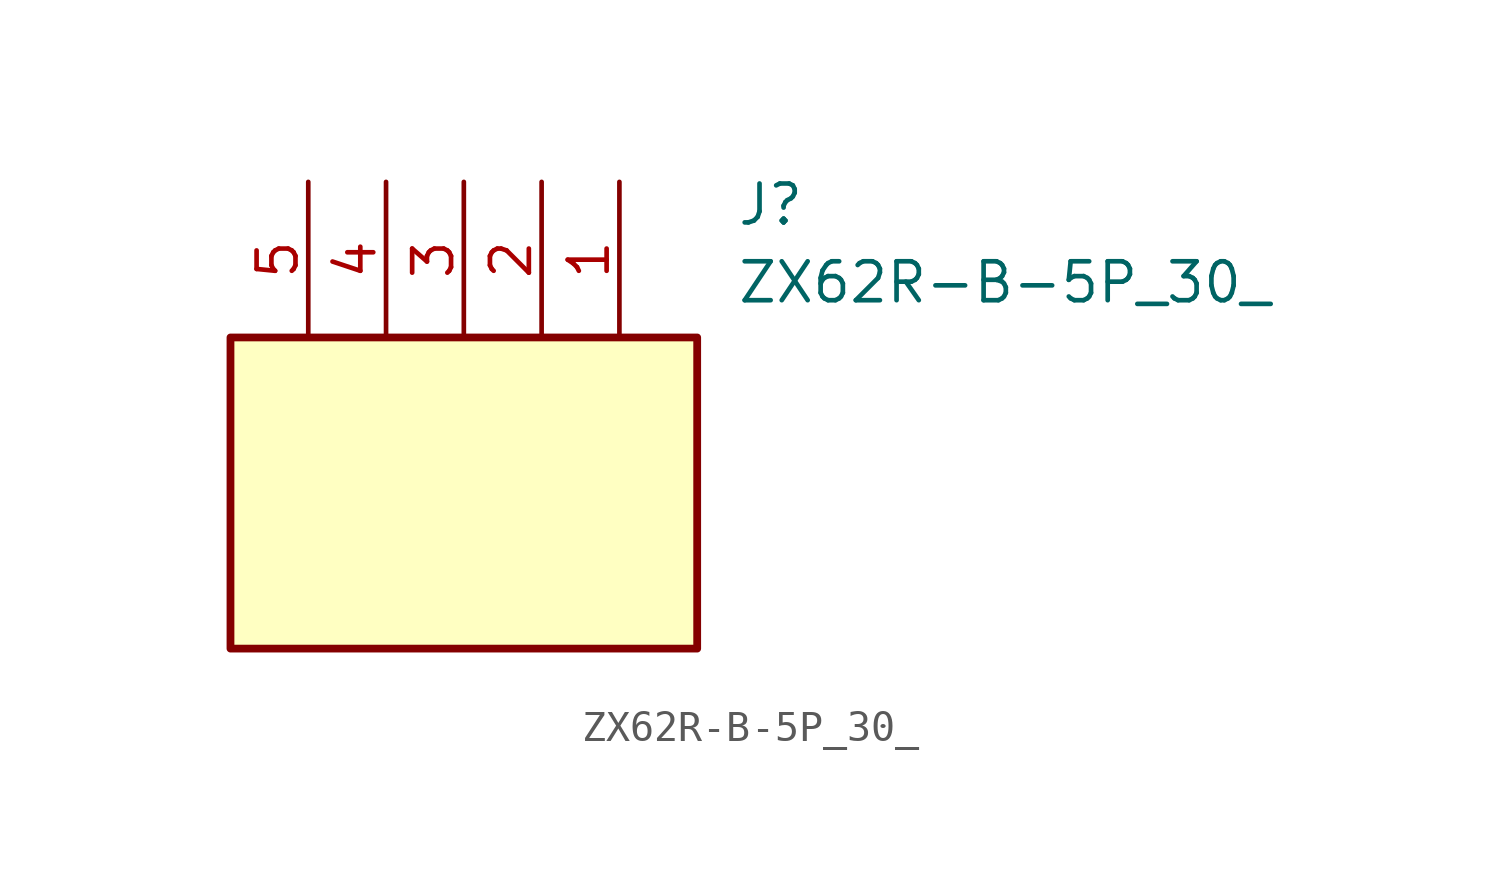
<source format=kicad_sym>
(kicad_symbol_lib
  (version 20211014)
  (generator SamacSys_ECAD_Model)
  (symbol "ZX62R-B-5P_30_"
    (pin_names hide)
    (property "Reference" "J"
      (at 13.97 0 0)
      (effects (font (size 1.27 1.27)) (justify left top)))
    (property "Value" "ZX62R-B-5P_30_"
      (at 13.97 -2.54 0)
      (effects (font (size 1.27 1.27)) (justify left top)))
    (rectangle
      (start -2.54 -5.08)
      (end 12.7 -15.24)
      (stroke (width 0.254) (type default))
      (fill (type background)))
    (pin passive line
      (at 10.16 0 270)
      (length 5.08)
      (name "1" (effects (font (size 1.27 1.27))))
      (number "1" (effects (font (size 1.27 1.27)))))
    (pin passive line
      (at 7.62 0 270)
      (length 5.08)
      (name "2" (effects (font (size 1.27 1.27))))
      (number "2" (effects (font (size 1.27 1.27)))))
    (pin passive line
      (at 5.08 0 270)
      (length 5.08)
      (name "3" (effects (font (size 1.27 1.27))))
      (number "3" (effects (font (size 1.27 1.27)))))
    (pin passive line
      (at 2.54 0 270)
      (length 5.08)
      (name "4" (effects (font (size 1.27 1.27))))
      (number "4" (effects (font (size 1.27 1.27)))))
    (pin passive line
      (at 0 0 270)
      (length 5.08)
      (name "5" (effects (font (size 1.27 1.27))))
      (number "5" (effects (font (size 1.27 1.27)))))))
</source>
